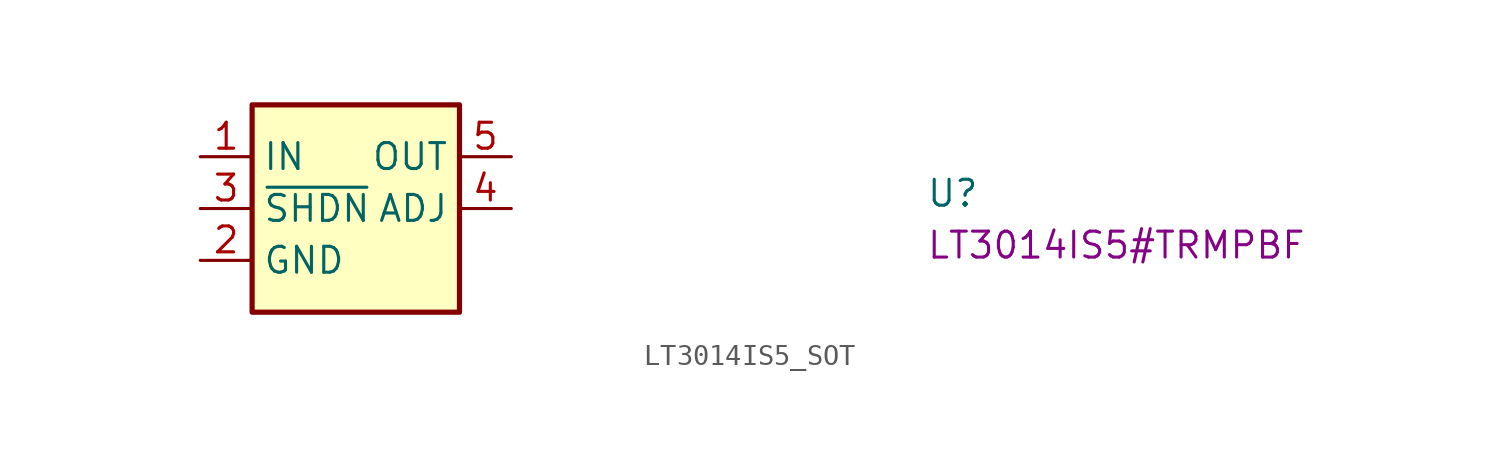
<source format=kicad_sym>
(kicad_symbol_lib
  (version 20220914)
  (generator kicad_symbol_editor)
  (symbol "LT3014IS5_SOT"
    (property "Reference" "U"
      (at 35.56 -2.54 0)
      (effects (font (size 1.27 1.27) (thickness 0.15)) (justify left bottom)))
    (property "MPN" "LT3014IS5#TRMPBF"
      (at 35.56 -5.08 0)
      (effects (font (size 1.27 1.27) (thickness 0.15)) (justify left bottom)))
    (symbol "LT3014IS5_SOT_1_1"
      (rectangle (start 2.54 2.54) (end 12.7 -7.62) (stroke (width 0.254) (type default)) (fill (type background)))
      (pin power_in line (at 0 0 0) (length 2.54) (name "IN" (effects (font (size 1.27 1.27)))) (number "1" (effects (font (size 1.27 1.27)))))
      (pin power_in line (at 0 -5.08 0) (length 2.54) (name "GND" (effects (font (size 1.27 1.27)))) (number "2" (effects (font (size 1.27 1.27)))))
      (pin input line (at 0 -2.54 0) (length 2.54) (name "~{SHDN}" (effects (font (size 1.27 1.27)))) (number "3" (effects (font (size 1.27 1.27)))))
      (pin input line (at 15.24 -2.54 180) (length 2.54) (name "ADJ" (effects (font (size 1.27 1.27)))) (number "4" (effects (font (size 1.27 1.27)))))
      (pin power_out line (at 15.24 0 180) (length 2.54) (name "OUT" (effects (font (size 1.27 1.27)))) (number "5" (effects (font (size 1.27 1.27))))))))
</source>
